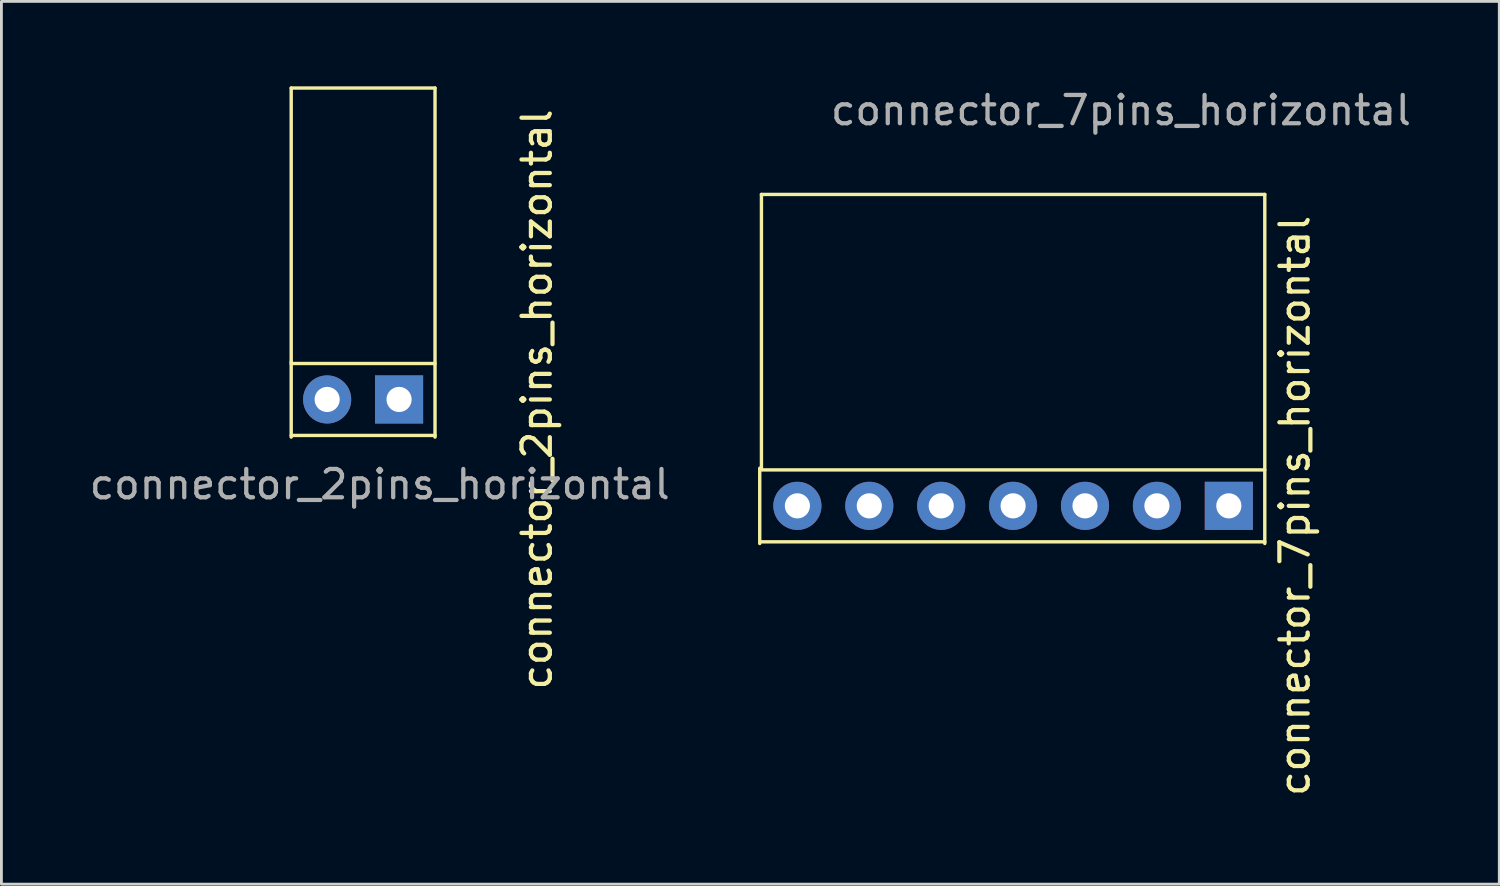
<source format=kicad_pcb>
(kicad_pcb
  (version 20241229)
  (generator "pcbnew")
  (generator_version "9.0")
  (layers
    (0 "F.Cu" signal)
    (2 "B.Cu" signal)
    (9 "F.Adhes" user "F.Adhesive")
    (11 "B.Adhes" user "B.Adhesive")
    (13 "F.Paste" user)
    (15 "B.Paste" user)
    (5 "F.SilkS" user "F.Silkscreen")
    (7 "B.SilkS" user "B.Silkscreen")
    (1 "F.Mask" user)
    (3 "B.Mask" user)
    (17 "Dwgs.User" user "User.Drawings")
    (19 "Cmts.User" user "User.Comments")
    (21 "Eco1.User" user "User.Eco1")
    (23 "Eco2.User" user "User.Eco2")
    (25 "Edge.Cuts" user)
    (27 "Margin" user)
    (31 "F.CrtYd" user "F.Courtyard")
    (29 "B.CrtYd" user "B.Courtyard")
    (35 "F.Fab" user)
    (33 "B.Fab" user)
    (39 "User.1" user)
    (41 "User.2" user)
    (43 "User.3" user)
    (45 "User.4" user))
  (footprint "connector_2pins_horizontal"
    (layer "F.Cu")
    (at 9.776 11.06)
    (property "Reference" "connector_2pins_horizontal" (at 6.14 0 270) (layer "F.SilkS") (effects (font (size 1 1) (thickness 0.15))))
    (attr through_hole)
    (fp_line (start -2.54 -11) (end -2.54 -1.33) (stroke (width 0.12) (type solid)) (layer "F.SilkS"))
    (fp_line (start -2.54 -1.33) (end -2.54 1.33) (stroke (width 0.12) (type solid)) (layer "F.SilkS"))
    (fp_line (start 2.54 -11) (end -2.54 -11) (stroke (width 0.12) (type solid)) (layer "F.SilkS"))
    (fp_line (start 2.54 -1.27) (end -2.54 -1.27) (stroke (width 0.12) (type solid)) (layer "F.SilkS"))
    (fp_line (start 2.54 1.27) (end -2.54 1.27) (stroke (width 0.12) (type solid)) (layer "F.SilkS"))
    (fp_line (start 2.54 1.33) (end 2.54 -11) (stroke (width 0.12) (type solid)) (layer "F.SilkS"))
    (fp_text user "${REFERENCE}" (at 0.587 3 0) (layer "F.Fab") (effects (font (size 1 1) (thickness 0.15))))
    (pad "1" thru_hole rect (at 1.27 0) (size 1.7 1.7) (drill 0.889) (layers "*.Cu" "*.Mask"))
    (pad "2" thru_hole oval (at -1.27 0) (size 1.7 1.7) (drill 0.889) (layers "*.Cu" "*.Mask")))
  (footprint "connector_7pins_horizontal"
    (layer "F.Cu")
    (at 32.736 14.818)
    (property "Reference" "connector_7pins_horizontal" (at 9.95 0 270) (layer "F.SilkS") (effects (font (size 1 1) (thickness 0.15))))
    (attr through_hole)
    (fp_line (start -8.95 -1.33) (end -8.95 1.33) (stroke (width 0.12) (type solid)) (layer "F.SilkS"))
    (fp_line (start -8.89 -11) (end -8.89 -1.33) (stroke (width 0.12) (type solid)) (layer "F.SilkS"))
    (fp_line (start 8.89 -11) (end -8.89 -11) (stroke (width 0.12) (type solid)) (layer "F.SilkS"))
    (fp_line (start 8.89 -1.27) (end -8.89 -1.27) (stroke (width 0.12) (type solid)) (layer "F.SilkS"))
    (fp_line (start 8.89 1.27) (end -8.89 1.27) (stroke (width 0.12) (type solid)) (layer "F.SilkS"))
    (fp_line (start 8.89 1.33) (end 8.89 -11) (stroke (width 0.12) (type solid)) (layer "F.SilkS"))
    (fp_text user "${REFERENCE}" (at 3.81 -13.97 0) (layer "F.Fab") (effects (font (size 1 1) (thickness 0.15))))
    (pad "1" thru_hole rect (at 7.62 0) (size 1.7 1.7) (drill 0.889) (layers "*.Cu" "*.Mask"))
    (pad "2" thru_hole oval (at 5.08 0) (size 1.7 1.7) (drill 0.889) (layers "*.Cu" "*.Mask"))
    (pad "3" thru_hole oval (at 2.54 0) (size 1.7 1.7) (drill 0.889) (layers "*.Cu" "*.Mask"))
    (pad "4" thru_hole oval (at 0 0) (size 1.7 1.7) (drill 0.889) (layers "*.Cu" "*.Mask"))
    (pad "5" thru_hole oval (at -2.54 0) (size 1.7 1.7) (drill 0.889) (layers "*.Cu" "*.Mask"))
    (pad "6" thru_hole oval (at -5.08 0) (size 1.7 1.7) (drill 0.889) (layers "*.Cu" "*.Mask"))
    (pad "7" thru_hole oval (at -7.62 0) (size 1.7 1.7) (drill 0.889) (layers "*.Cu" "*.Mask")))
  (gr_rect
    (start -3 -3)
    (end 49.909 28.181)
    (stroke (width 0.1) (type default))
    (fill no)
    (layer "Edge.Cuts")))
</source>
